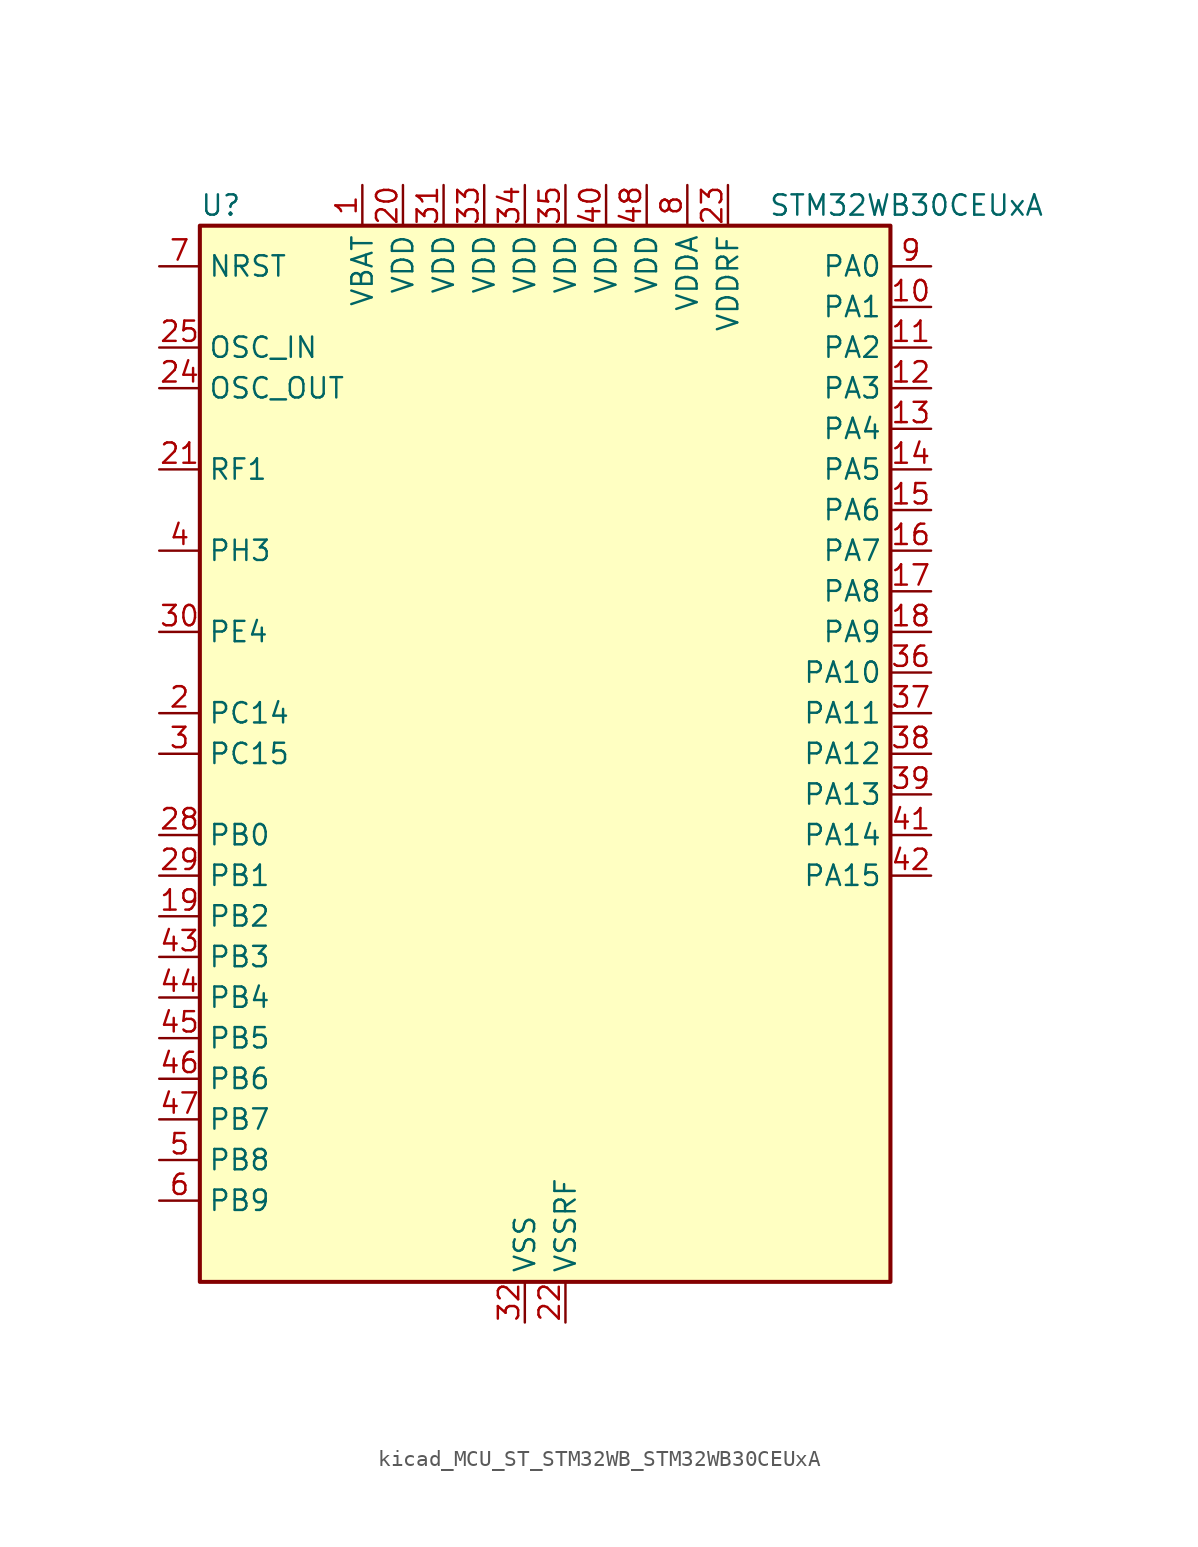
<source format=kicad_sym>
(kicad_symbol_lib
  (version 20220914)
  (generator kicad_symbol_editor)
  (symbol "kicad_MCU_ST_STM32WB_STM32WB30CEUxA"
    (property "Reference" "U"
      (at -20.32 34.29 0)
      (effects (font (size 1.27 1.27)) (justify left)))
    (property "Value" "STM32WB30CEUxA"
      (at 15.24 34.29 0)
      (effects (font (size 1.27 1.27)) (justify left)))
    (property "ki_locked" ""
      (at 0 0 0)
      (effects (font (size 1.27 1.27))))
    (symbol "kicad_MCU_ST_STM32WB_STM32WB30CEUxA_0_1"
      (rectangle (start -20.32 -33.02) (end 22.86 33.02) (stroke (width 0.254) (type default)) (fill (type background))))
    (symbol "kicad_MCU_ST_STM32WB_STM32WB30CEUxA_1_1"
      (pin power_in line (at -10.16 35.56 270) (length 2.54) (name "VBAT" (effects (font (size 1.27 1.27)))) (number "1" (effects (font (size 1.27 1.27)))))
      (pin bidirectional line (at 25.4 27.94 180) (length 2.54) (name "PA1" (effects (font (size 1.27 1.27)))) (number "10" (effects (font (size 1.27 1.27)))) (alternate "ADC1_IN6" bidirectional line) (alternate "I2C1_SMBA" bidirectional line) (alternate "SPI1_SCK" bidirectional line) (alternate "TIM2_CH2" bidirectional line))
      (pin bidirectional line (at 25.4 25.4 180) (length 2.54) (name "PA2" (effects (font (size 1.27 1.27)))) (number "11" (effects (font (size 1.27 1.27)))) (alternate "ADC1_IN7" bidirectional line) (alternate "RCC_LSCO" bidirectional line) (alternate "SYS_WKUP4" bidirectional line) (alternate "TIM2_CH3" bidirectional line))
      (pin bidirectional line (at 25.4 22.86 180) (length 2.54) (name "PA3" (effects (font (size 1.27 1.27)))) (number "12" (effects (font (size 1.27 1.27)))) (alternate "ADC1_IN8" bidirectional line) (alternate "TIM2_CH4" bidirectional line))
      (pin bidirectional line (at 25.4 20.32 180) (length 2.54) (name "PA4" (effects (font (size 1.27 1.27)))) (number "13" (effects (font (size 1.27 1.27)))) (alternate "ADC1_IN9" bidirectional line) (alternate "LPTIM2_OUT" bidirectional line) (alternate "SPI1_NSS" bidirectional line))
      (pin bidirectional line (at 25.4 17.78 180) (length 2.54) (name "PA5" (effects (font (size 1.27 1.27)))) (number "14" (effects (font (size 1.27 1.27)))) (alternate "ADC1_IN10" bidirectional line) (alternate "LPTIM2_ETR" bidirectional line) (alternate "SPI1_SCK" bidirectional line) (alternate "TIM2_CH1" bidirectional line) (alternate "TIM2_ETR" bidirectional line))
      (pin bidirectional line (at 25.4 15.24 180) (length 2.54) (name "PA6" (effects (font (size 1.27 1.27)))) (number "15" (effects (font (size 1.27 1.27)))) (alternate "ADC1_IN11" bidirectional line) (alternate "SPI1_MISO" bidirectional line) (alternate "TIM16_CH1" bidirectional line) (alternate "TIM1_BKIN" bidirectional line))
      (pin bidirectional line (at 25.4 12.7 180) (length 2.54) (name "PA7" (effects (font (size 1.27 1.27)))) (number "16" (effects (font (size 1.27 1.27)))) (alternate "ADC1_IN12" bidirectional line) (alternate "SPI1_MOSI" bidirectional line) (alternate "TIM17_CH1" bidirectional line) (alternate "TIM1_CH1N" bidirectional line))
      (pin bidirectional line (at 25.4 10.16 180) (length 2.54) (name "PA8" (effects (font (size 1.27 1.27)))) (number "17" (effects (font (size 1.27 1.27)))) (alternate "ADC1_IN15" bidirectional line) (alternate "LPTIM2_OUT" bidirectional line) (alternate "RCC_MCO" bidirectional line) (alternate "TIM1_CH1" bidirectional line) (alternate "USART1_CK" bidirectional line))
      (pin bidirectional line (at 25.4 7.62 180) (length 2.54) (name "PA9" (effects (font (size 1.27 1.27)))) (number "18" (effects (font (size 1.27 1.27)))) (alternate "ADC1_IN16" bidirectional line) (alternate "I2C1_SCL" bidirectional line) (alternate "TIM1_CH2" bidirectional line) (alternate "USART1_TX" bidirectional line))
      (pin bidirectional line (at -22.86 -10.16 0) (length 2.54) (name "PB2" (effects (font (size 1.27 1.27)))) (number "19" (effects (font (size 1.27 1.27)))) (alternate "LPTIM1_OUT" bidirectional line) (alternate "RTC_OUT2" bidirectional line) (alternate "SPI1_NSS" bidirectional line))
      (pin bidirectional line (at -22.86 2.54 0) (length 2.54) (name "PC14" (effects (font (size 1.27 1.27)))) (number "2" (effects (font (size 1.27 1.27)))) (alternate "RCC_OSC32_IN" bidirectional line))
      (pin power_in line (at -7.62 35.56 270) (length 2.54) (name "VDD" (effects (font (size 1.27 1.27)))) (number "20" (effects (font (size 1.27 1.27)))))
      (pin bidirectional line (at -22.86 17.78 0) (length 2.54) (name "RF1" (effects (font (size 1.27 1.27)))) (number "21" (effects (font (size 1.27 1.27)))) (alternate "RF_RF1" bidirectional line))
      (pin power_in line (at 2.54 -35.56 90) (length 2.54) (name "VSSRF" (effects (font (size 1.27 1.27)))) (number "22" (effects (font (size 1.27 1.27)))))
      (pin power_in line (at 12.7 35.56 270) (length 2.54) (name "VDDRF" (effects (font (size 1.27 1.27)))) (number "23" (effects (font (size 1.27 1.27)))))
      (pin input line (at -22.86 22.86 0) (length 2.54) (name "OSC_OUT" (effects (font (size 1.27 1.27)))) (number "24" (effects (font (size 1.27 1.27)))) (alternate "RCC_OSC_OUT" bidirectional line))
      (pin input line (at -22.86 25.4 0) (length 2.54) (name "OSC_IN" (effects (font (size 1.27 1.27)))) (number "25" (effects (font (size 1.27 1.27)))) (alternate "RCC_OSC_IN" bidirectional line))
      (pin no_connect line (at -20.32 -33.02 0) (length 2.54) hide (name "AT0" (effects (font (size 1.27 1.27)))) (number "26" (effects (font (size 1.27 1.27)))))
      (pin no_connect line (at -20.32 -30.48 0) (length 2.54) hide (name "AT1" (effects (font (size 1.27 1.27)))) (number "27" (effects (font (size 1.27 1.27)))))
      (pin bidirectional line (at -22.86 -5.08 0) (length 2.54) (name "PB0" (effects (font (size 1.27 1.27)))) (number "28" (effects (font (size 1.27 1.27)))) (alternate "RF_TX_MOD_EXT_PA" bidirectional line))
      (pin bidirectional line (at -22.86 -7.62 0) (length 2.54) (name "PB1" (effects (font (size 1.27 1.27)))) (number "29" (effects (font (size 1.27 1.27)))) (alternate "LPTIM2_IN1" bidirectional line))
      (pin bidirectional line (at -22.86 0 0) (length 2.54) (name "PC15" (effects (font (size 1.27 1.27)))) (number "3" (effects (font (size 1.27 1.27)))) (alternate "ADC1_EXTI15" bidirectional line) (alternate "RCC_OSC32_OUT" bidirectional line))
      (pin bidirectional line (at -22.86 7.62 0) (length 2.54) (name "PE4" (effects (font (size 1.27 1.27)))) (number "30" (effects (font (size 1.27 1.27)))))
      (pin power_in line (at -5.08 35.56 270) (length 2.54) (name "VDD" (effects (font (size 1.27 1.27)))) (number "31" (effects (font (size 1.27 1.27)))))
      (pin power_in line (at 0 -35.56 90) (length 2.54) (name "VSS" (effects (font (size 1.27 1.27)))) (number "32" (effects (font (size 1.27 1.27)))))
      (pin power_in line (at -2.54 35.56 270) (length 2.54) (name "VDD" (effects (font (size 1.27 1.27)))) (number "33" (effects (font (size 1.27 1.27)))))
      (pin power_in line (at 0 35.56 270) (length 2.54) (name "VDD" (effects (font (size 1.27 1.27)))) (number "34" (effects (font (size 1.27 1.27)))))
      (pin power_in line (at 2.54 35.56 270) (length 2.54) (name "VDD" (effects (font (size 1.27 1.27)))) (number "35" (effects (font (size 1.27 1.27)))))
      (pin bidirectional line (at 25.4 5.08 180) (length 2.54) (name "PA10" (effects (font (size 1.27 1.27)))) (number "36" (effects (font (size 1.27 1.27)))) (alternate "I2C1_SDA" bidirectional line) (alternate "TIM17_BKIN" bidirectional line) (alternate "TIM1_CH3" bidirectional line) (alternate "USART1_RX" bidirectional line))
      (pin bidirectional line (at 25.4 2.54 180) (length 2.54) (name "PA11" (effects (font (size 1.27 1.27)))) (number "37" (effects (font (size 1.27 1.27)))) (alternate "ADC1_EXTI11" bidirectional line) (alternate "SPI1_MISO" bidirectional line) (alternate "TIM1_BKIN2" bidirectional line) (alternate "TIM1_CH4" bidirectional line) (alternate "USART1_CTS" bidirectional line) (alternate "USART1_NSS" bidirectional line))
      (pin bidirectional line (at 25.4 0 180) (length 2.54) (name "PA12" (effects (font (size 1.27 1.27)))) (number "38" (effects (font (size 1.27 1.27)))) (alternate "SPI1_MOSI" bidirectional line) (alternate "TIM1_ETR" bidirectional line) (alternate "USART1_DE" bidirectional line) (alternate "USART1_RTS" bidirectional line))
      (pin bidirectional line (at 25.4 -2.54 180) (length 2.54) (name "PA13" (effects (font (size 1.27 1.27)))) (number "39" (effects (font (size 1.27 1.27)))) (alternate "IR_OUT" bidirectional line) (alternate "SYS_JTMS-SWDIO" bidirectional line))
      (pin bidirectional line (at -22.86 12.7 0) (length 2.54) (name "PH3" (effects (font (size 1.27 1.27)))) (number "4" (effects (font (size 1.27 1.27)))) (alternate "RCC_LSCO" bidirectional line))
      (pin power_in line (at 5.08 35.56 270) (length 2.54) (name "VDD" (effects (font (size 1.27 1.27)))) (number "40" (effects (font (size 1.27 1.27)))))
      (pin bidirectional line (at 25.4 -5.08 180) (length 2.54) (name "PA14" (effects (font (size 1.27 1.27)))) (number "41" (effects (font (size 1.27 1.27)))) (alternate "I2C1_SMBA" bidirectional line) (alternate "LPTIM1_OUT" bidirectional line) (alternate "SYS_JTCK-SWCLK" bidirectional line))
      (pin bidirectional line (at 25.4 -7.62 180) (length 2.54) (name "PA15" (effects (font (size 1.27 1.27)))) (number "42" (effects (font (size 1.27 1.27)))) (alternate "ADC1_EXTI15" bidirectional line) (alternate "RCC_MCO" bidirectional line) (alternate "SPI1_NSS" bidirectional line) (alternate "SYS_JTDI" bidirectional line) (alternate "TIM2_CH1" bidirectional line) (alternate "TIM2_ETR" bidirectional line))
      (pin bidirectional line (at -22.86 -12.7 0) (length 2.54) (name "PB3" (effects (font (size 1.27 1.27)))) (number "43" (effects (font (size 1.27 1.27)))) (alternate "SPI1_SCK" bidirectional line) (alternate "SYS_JTDO-SWO" bidirectional line) (alternate "TIM2_CH2" bidirectional line) (alternate "USART1_DE" bidirectional line) (alternate "USART1_RTS" bidirectional line))
      (pin bidirectional line (at -22.86 -15.24 0) (length 2.54) (name "PB4" (effects (font (size 1.27 1.27)))) (number "44" (effects (font (size 1.27 1.27)))) (alternate "SPI1_MISO" bidirectional line) (alternate "SYS_JTRST" bidirectional line) (alternate "TIM17_BKIN" bidirectional line) (alternate "USART1_CTS" bidirectional line) (alternate "USART1_NSS" bidirectional line))
      (pin bidirectional line (at -22.86 -17.78 0) (length 2.54) (name "PB5" (effects (font (size 1.27 1.27)))) (number "45" (effects (font (size 1.27 1.27)))) (alternate "I2C1_SMBA" bidirectional line) (alternate "LPTIM1_IN1" bidirectional line) (alternate "SPI1_MOSI" bidirectional line) (alternate "TIM16_BKIN" bidirectional line) (alternate "USART1_CK" bidirectional line))
      (pin bidirectional line (at -22.86 -20.32 0) (length 2.54) (name "PB6" (effects (font (size 1.27 1.27)))) (number "46" (effects (font (size 1.27 1.27)))) (alternate "I2C1_SCL" bidirectional line) (alternate "LPTIM1_ETR" bidirectional line) (alternate "RCC_MCO" bidirectional line) (alternate "TIM16_CH1N" bidirectional line) (alternate "USART1_TX" bidirectional line))
      (pin bidirectional line (at -22.86 -22.86 0) (length 2.54) (name "PB7" (effects (font (size 1.27 1.27)))) (number "47" (effects (font (size 1.27 1.27)))) (alternate "I2C1_SDA" bidirectional line) (alternate "LPTIM1_IN2" bidirectional line) (alternate "SYS_PVD_IN" bidirectional line) (alternate "TIM17_CH1N" bidirectional line) (alternate "TIM1_BKIN" bidirectional line) (alternate "USART1_RX" bidirectional line))
      (pin power_in line (at 7.62 35.56 270) (length 2.54) (name "VDD" (effects (font (size 1.27 1.27)))) (number "48" (effects (font (size 1.27 1.27)))))
      (pin passive line (at 0 -35.56 90) (length 2.54) hide (name "VSS" (effects (font (size 1.27 1.27)))) (number "49" (effects (font (size 1.27 1.27)))))
      (pin bidirectional line (at -22.86 -25.4 0) (length 2.54) (name "PB8" (effects (font (size 1.27 1.27)))) (number "5" (effects (font (size 1.27 1.27)))) (alternate "I2C1_SCL" bidirectional line) (alternate "TIM16_CH1" bidirectional line) (alternate "TIM1_CH2N" bidirectional line))
      (pin bidirectional line (at -22.86 -27.94 0) (length 2.54) (name "PB9" (effects (font (size 1.27 1.27)))) (number "6" (effects (font (size 1.27 1.27)))) (alternate "I2C1_SDA" bidirectional line) (alternate "IR_OUT" bidirectional line) (alternate "TIM17_CH1" bidirectional line) (alternate "TIM1_CH3N" bidirectional line))
      (pin input line (at -22.86 30.48 0) (length 2.54) (name "NRST" (effects (font (size 1.27 1.27)))) (number "7" (effects (font (size 1.27 1.27)))))
      (pin power_in line (at 10.16 35.56 270) (length 2.54) (name "VDDA" (effects (font (size 1.27 1.27)))) (number "8" (effects (font (size 1.27 1.27)))))
      (pin bidirectional line (at 25.4 30.48 180) (length 2.54) (name "PA0" (effects (font (size 1.27 1.27)))) (number "9" (effects (font (size 1.27 1.27)))) (alternate "ADC1_IN5" bidirectional line) (alternate "RTC_TAMP2" bidirectional line) (alternate "SYS_WKUP1" bidirectional line) (alternate "TIM2_CH1" bidirectional line) (alternate "TIM2_ETR" bidirectional line)))))
</source>
